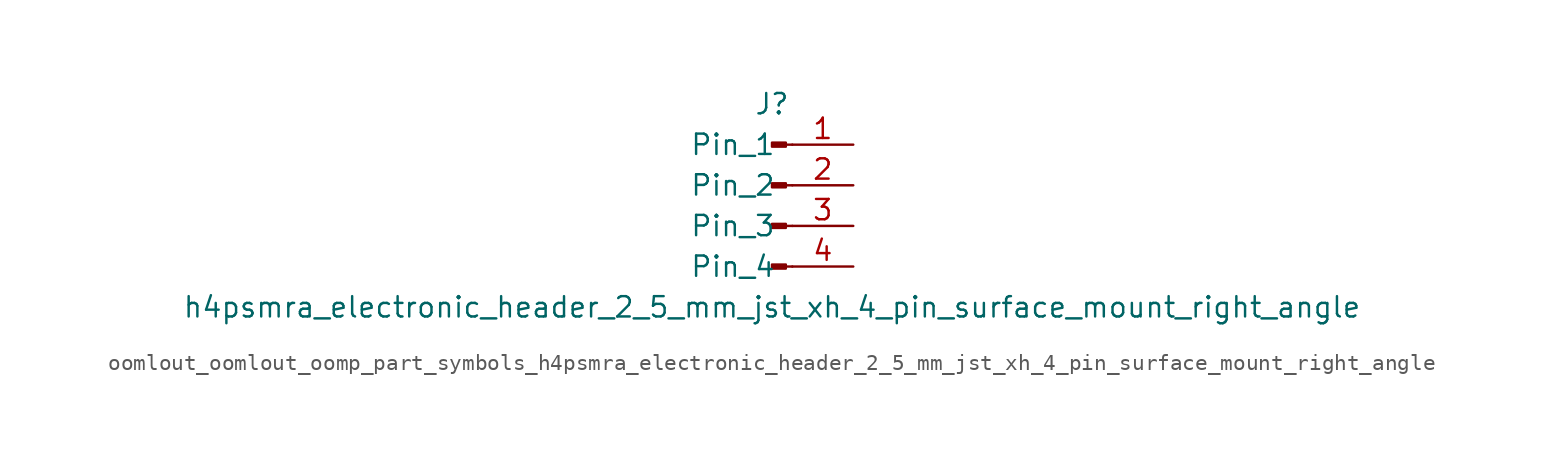
<source format=kicad_sym>
(kicad_symbol_lib
  (version 20220914)
  (generator kicad_symbol_editor)
  (symbol "oomlout_oomlout_oomp_part_symbols_h4psmra_electronic_header_2_5_mm_jst_xh_4_pin_surface_mount_right_angle"
    (pin_names
      (offset 1.016))
    (property "Reference" "J"
      (at 0 5.08 0)
      (effects (font (size 1.27 1.27))))
    (property "Value" "h4psmra_electronic_header_2_5_mm_jst_xh_4_pin_surface_mount_right_angle"
      (at 0 -7.62 0)
      (effects (font (size 1.27 1.27))))
    (property "ki_locked" ""
      (at 0 0 0)
      (effects (font (size 1.27 1.27))))
    (symbol "oomlout_oomlout_oomp_part_symbols_h4psmra_electronic_header_2_5_mm_jst_xh_4_pin_surface_mount_right_angle_1_1"
      (polyline (pts (xy 1.27 -5.08) (xy 0.864 -5.08)) (stroke (width 0.152) (type default)) (fill (type none)))
      (polyline (pts (xy 1.27 -2.54) (xy 0.864 -2.54)) (stroke (width 0.152) (type default)) (fill (type none)))
      (polyline (pts (xy 1.27 0) (xy 0.864 0)) (stroke (width 0.152) (type default)) (fill (type none)))
      (polyline (pts (xy 1.27 2.54) (xy 0.864 2.54)) (stroke (width 0.152) (type default)) (fill (type none)))
      (rectangle (start 0.864 -4.953) (end 0 -5.207) (stroke (width 0.152) (type default)) (fill (type outline)))
      (rectangle (start 0.864 -2.413) (end 0 -2.667) (stroke (width 0.152) (type default)) (fill (type outline)))
      (rectangle (start 0.864 0.127) (end 0 -0.127) (stroke (width 0.152) (type default)) (fill (type outline)))
      (rectangle (start 0.864 2.667) (end 0 2.413) (stroke (width 0.152) (type default)) (fill (type outline)))
      (pin passive line (at 5.08 2.54 180) (length 3.81) (name "Pin_1" (effects (font (size 1.27 1.27)))) (number "1" (effects (font (size 1.27 1.27)))))
      (pin passive line (at 5.08 0 180) (length 3.81) (name "Pin_2" (effects (font (size 1.27 1.27)))) (number "2" (effects (font (size 1.27 1.27)))))
      (pin passive line (at 5.08 -2.54 180) (length 3.81) (name "Pin_3" (effects (font (size 1.27 1.27)))) (number "3" (effects (font (size 1.27 1.27)))))
      (pin passive line (at 5.08 -5.08 180) (length 3.81) (name "Pin_4" (effects (font (size 1.27 1.27)))) (number "4" (effects (font (size 1.27 1.27))))))))
</source>
